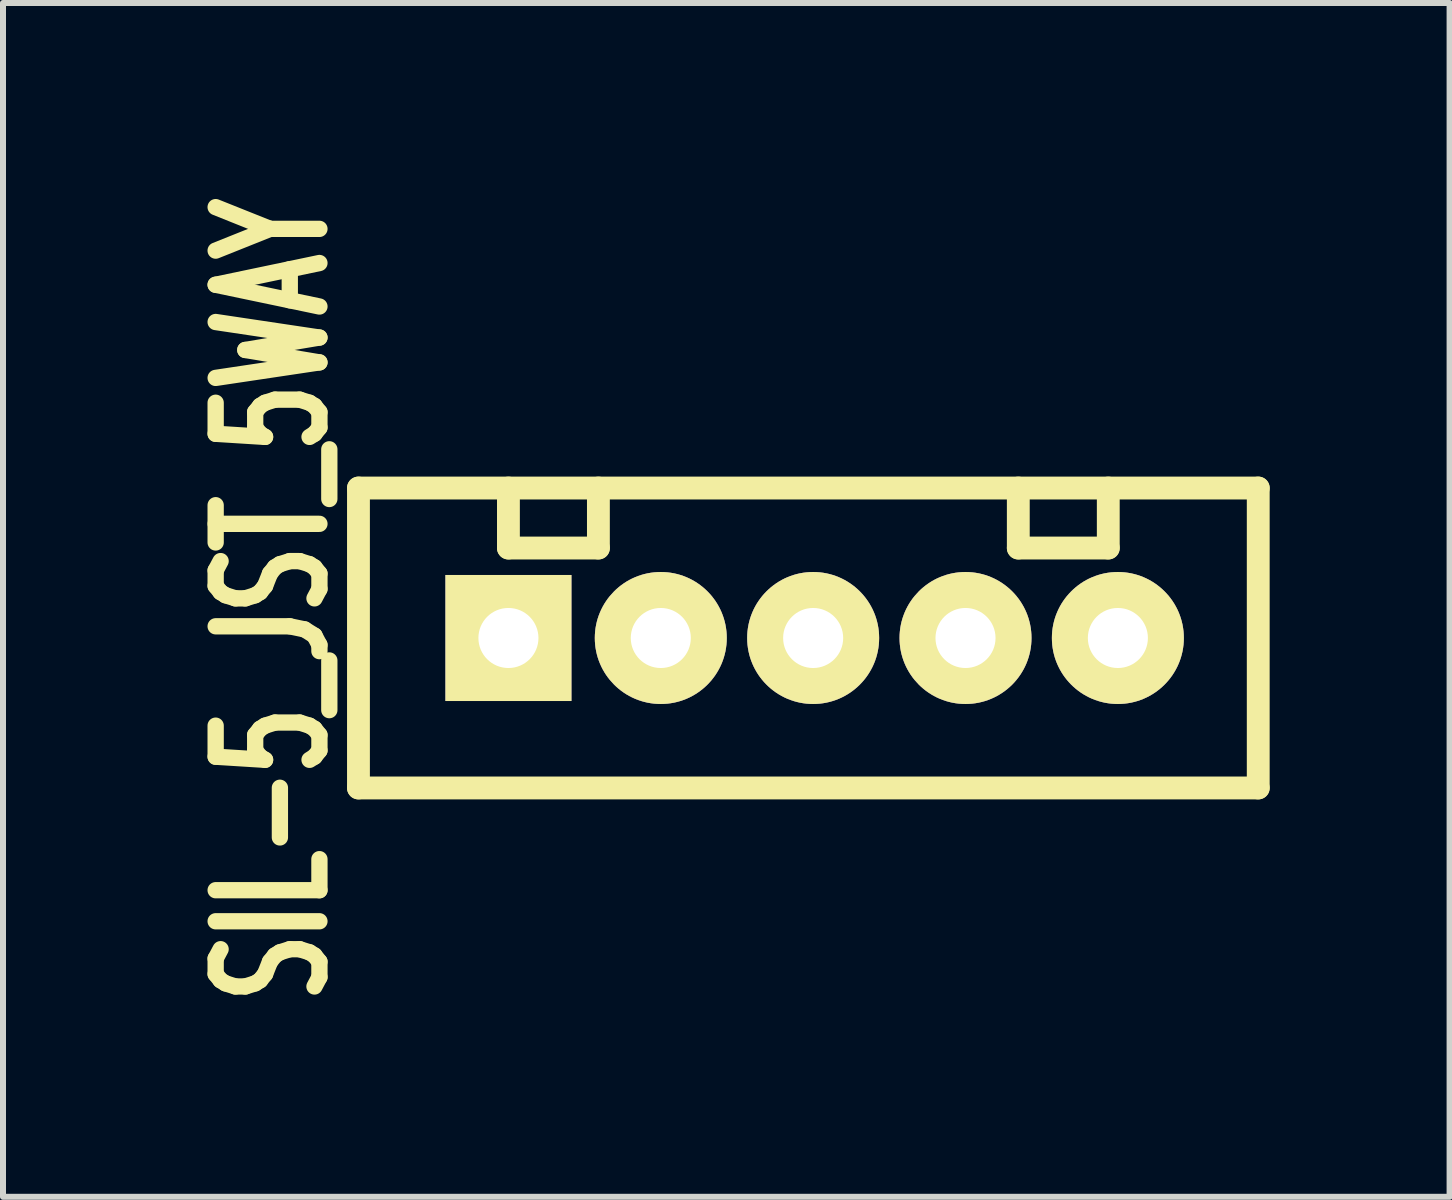
<source format=kicad_pcb>
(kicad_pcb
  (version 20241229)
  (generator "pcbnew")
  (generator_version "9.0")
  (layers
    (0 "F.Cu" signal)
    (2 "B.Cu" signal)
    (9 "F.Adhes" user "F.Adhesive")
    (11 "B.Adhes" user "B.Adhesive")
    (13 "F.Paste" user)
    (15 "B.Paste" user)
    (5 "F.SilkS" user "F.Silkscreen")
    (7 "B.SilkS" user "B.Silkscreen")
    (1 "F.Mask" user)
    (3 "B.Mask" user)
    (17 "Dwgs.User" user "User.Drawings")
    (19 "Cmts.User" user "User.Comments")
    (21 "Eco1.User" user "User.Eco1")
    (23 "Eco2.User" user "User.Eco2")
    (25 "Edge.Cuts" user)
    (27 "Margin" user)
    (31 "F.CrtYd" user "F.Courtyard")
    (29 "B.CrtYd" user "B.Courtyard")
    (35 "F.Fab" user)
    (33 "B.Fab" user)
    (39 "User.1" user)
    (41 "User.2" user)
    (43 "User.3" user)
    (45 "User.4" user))
  (footprint "SIL-5_JST_5WAY"
    (layer "F.Cu")
    (at 5.426 7.586)
    (property "Reference" "SIL-5_JST_5WAY" (at -3.937 -0.635 90) (layer "F.SilkS") (effects (font (size 1.73 1.087) (thickness 0.272))))
    (attr through_hole)
    (fp_line (start -2.5 -2.5) (end -2.5 2.5) (stroke (width 0.381) (type solid)) (layer "F.SilkS"))
    (fp_line (start -2.5 -2.5) (end 12.5 -2.5) (stroke (width 0.381) (type solid)) (layer "F.SilkS"))
    (fp_line (start -2.5 2.5) (end 12.5 2.5) (stroke (width 0.381) (type solid)) (layer "F.SilkS"))
    (fp_line (start 0 -2.5) (end 0 -1.5) (stroke (width 0.381) (type solid)) (layer "F.SilkS"))
    (fp_line (start 0 -1.5) (end 1.5 -1.5) (stroke (width 0.381) (type solid)) (layer "F.SilkS"))
    (fp_line (start 1.5 -1.5) (end 1.5 -2.5) (stroke (width 0.381) (type solid)) (layer "F.SilkS"))
    (fp_line (start 8.5 -1.5) (end 8.5 -2.5) (stroke (width 0.381) (type solid)) (layer "F.SilkS"))
    (fp_line (start 10 -2.5) (end 10 -1.5) (stroke (width 0.381) (type solid)) (layer "F.SilkS"))
    (fp_line (start 10 -1.5) (end 8.5 -1.5) (stroke (width 0.381) (type solid)) (layer "F.SilkS"))
    (fp_line (start 12.5 2.5) (end 12.5 -2.5) (stroke (width 0.381) (type solid)) (layer "F.SilkS"))
    (pad "1" thru_hole rect (at 0 0) (size 2.101 2.101) (drill 1.001) (layers "*.Cu" "*.Mask" "F.SilkS"))
    (pad "2" thru_hole circle (at 2.54 0) (size 2.2 2.2) (drill 1.001) (layers "*.Cu" "*.Mask" "F.SilkS"))
    (pad "3" thru_hole circle (at 5.08 0) (size 2.2 2.2) (drill 1.001) (layers "*.Cu" "*.Mask" "F.SilkS"))
    (pad "4" thru_hole circle (at 7.62 0) (size 2.2 2.2) (drill 1.001) (layers "*.Cu" "*.Mask" "F.SilkS"))
    (pad "5" thru_hole circle (at 10.16 0) (size 2.2 2.2) (drill 1.001) (layers "*.Cu" "*.Mask" "F.SilkS")))
  (gr_rect
    (start -3 -3)
    (end 21.116 16.902)
    (stroke (width 0.1) (type default))
    (fill no)
    (layer "Edge.Cuts")))
</source>
